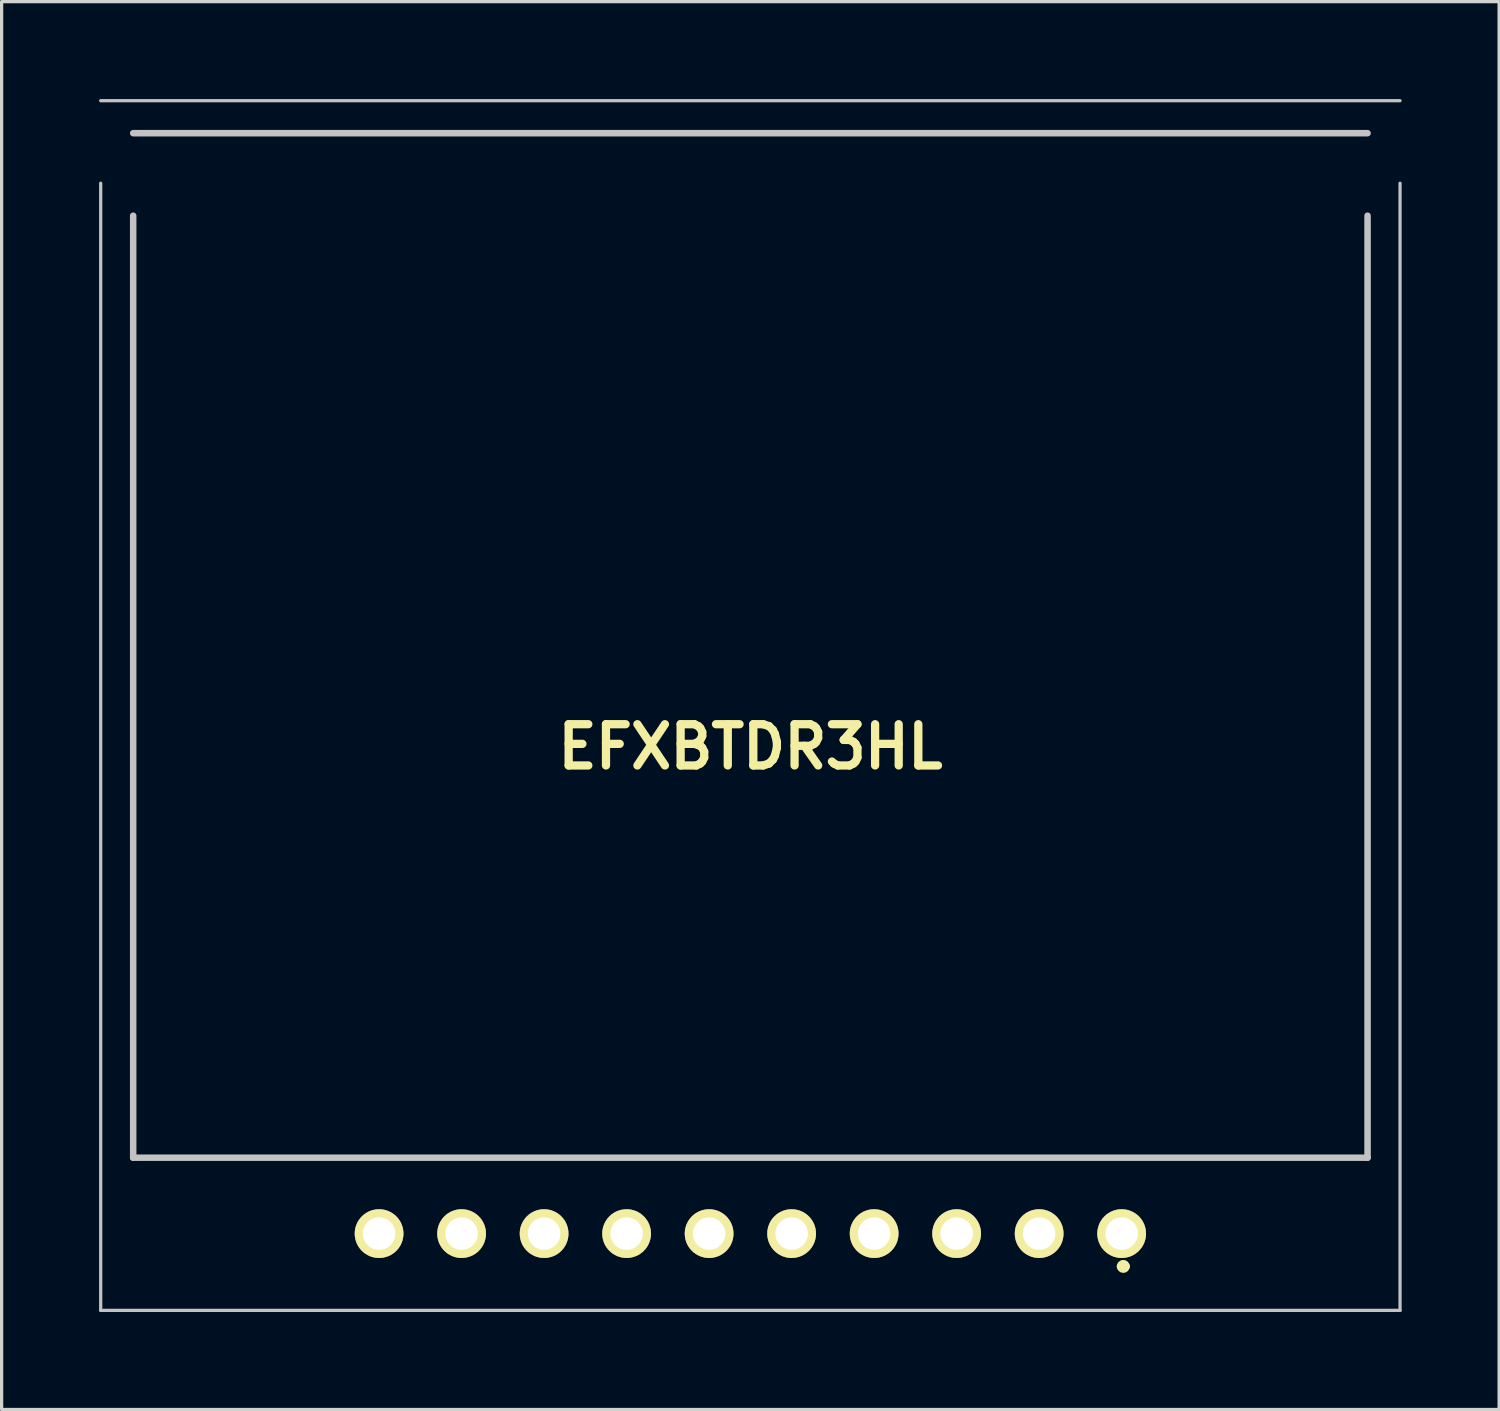
<source format=kicad_pcb>
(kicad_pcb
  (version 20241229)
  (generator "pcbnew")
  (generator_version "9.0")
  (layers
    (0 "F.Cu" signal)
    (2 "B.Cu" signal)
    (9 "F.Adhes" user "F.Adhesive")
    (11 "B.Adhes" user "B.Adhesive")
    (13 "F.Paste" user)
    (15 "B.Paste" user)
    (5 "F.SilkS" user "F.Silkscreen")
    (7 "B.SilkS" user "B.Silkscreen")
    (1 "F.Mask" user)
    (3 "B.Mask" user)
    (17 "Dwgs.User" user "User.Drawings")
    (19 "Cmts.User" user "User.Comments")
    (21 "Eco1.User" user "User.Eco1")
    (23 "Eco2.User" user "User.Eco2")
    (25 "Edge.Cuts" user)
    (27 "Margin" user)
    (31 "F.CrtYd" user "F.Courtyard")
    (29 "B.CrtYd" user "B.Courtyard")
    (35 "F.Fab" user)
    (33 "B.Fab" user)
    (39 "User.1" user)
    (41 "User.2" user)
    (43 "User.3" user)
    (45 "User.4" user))
  (footprint "EFXBTDR3HL"
    (layer "F.Cu")
    (at 31.48 34.926)
    (property "Reference" "EFXBTDR3HL" (at -11.43 -14.986 0) (layer "F.SilkS") (effects (font (size 1.27 1.27) (thickness 0.254))))
    (attr through_hole)
    (fp_line (start -30.43 -33.876) (end 7.57 -33.876) (stroke (width 0.1) (type solid)) (layer "F.SilkS"))
    (fp_line (start -30.43 -2.336) (end -30.43 -31.336) (stroke (width 0.1) (type solid)) (layer "F.SilkS"))
    (fp_line (start -0.05 1.01) (end -0.05 1.01) (stroke (width 0.2) (type solid)) (layer "F.SilkS"))
    (fp_line (start 0.15 1.01) (end 0.15 1.01) (stroke (width 0.2) (type solid)) (layer "F.SilkS"))
    (fp_line (start 7.57 -31.336) (end 7.57 -2.336) (stroke (width 0.1) (type solid)) (layer "F.SilkS"))
    (fp_line (start 7.57 -2.336) (end -30.43 -2.336) (stroke (width 0.1) (type solid)) (layer "F.SilkS"))
    (fp_arc (start -0.05 1.01) (mid 0.05 0.91) (end 0.15 1.01) (stroke (width 0.2) (type solid)) (layer "F.SilkS"))
    (fp_arc (start 0.15 1.01) (mid 0.05 1.11) (end -0.05 1.01) (stroke (width 0.2) (type solid)) (layer "F.SilkS"))
    (fp_line (start -31.43 -34.876) (end 8.57 -34.876) (stroke (width 0.1) (type solid)) (layer "Dwgs.User"))
    (fp_line (start -31.43 2.364) (end -31.43 -32.336) (stroke (width 0.1) (type solid)) (layer "Dwgs.User"))
    (fp_line (start -30.43 -33.876) (end 7.57 -33.876) (stroke (width 0.2) (type solid)) (layer "Dwgs.User"))
    (fp_line (start -30.43 -2.336) (end -30.43 -31.336) (stroke (width 0.2) (type solid)) (layer "Dwgs.User"))
    (fp_line (start 7.57 -31.336) (end 7.57 -2.336) (stroke (width 0.2) (type solid)) (layer "Dwgs.User"))
    (fp_line (start 7.57 -2.336) (end -30.43 -2.336) (stroke (width 0.2) (type solid)) (layer "Dwgs.User"))
    (fp_line (start 8.57 -32.336) (end 8.57 2.364) (stroke (width 0.1) (type solid)) (layer "Dwgs.User"))
    (fp_line (start 8.57 2.364) (end -31.43 2.364) (stroke (width 0.1) (type solid)) (layer "Dwgs.User"))
    (pad "1" thru_hole circle (at 0 0 90) (size 1.5 1.5) (drill 1) (layers "*.Cu" "*.Mask" "F.SilkS"))
    (pad "2" thru_hole circle (at -2.54 0 90) (size 1.5 1.5) (drill 1) (layers "*.Cu" "*.Mask" "F.SilkS"))
    (pad "3" thru_hole circle (at -5.08 0 90) (size 1.5 1.5) (drill 1) (layers "*.Cu" "*.Mask" "F.SilkS"))
    (pad "4" thru_hole circle (at -7.62 0 90) (size 1.5 1.5) (drill 1) (layers "*.Cu" "*.Mask" "F.SilkS"))
    (pad "5" thru_hole circle (at -10.16 0 90) (size 1.5 1.5) (drill 1) (layers "*.Cu" "*.Mask" "F.SilkS"))
    (pad "6" thru_hole circle (at -12.7 0 90) (size 1.5 1.5) (drill 1) (layers "*.Cu" "*.Mask" "F.SilkS"))
    (pad "7" thru_hole circle (at -15.24 0 90) (size 1.5 1.5) (drill 1) (layers "*.Cu" "*.Mask" "F.SilkS"))
    (pad "8" thru_hole circle (at -17.78 0 90) (size 1.5 1.5) (drill 1) (layers "*.Cu" "*.Mask" "F.SilkS"))
    (pad "9" thru_hole circle (at -20.32 0 90) (size 1.5 1.5) (drill 1) (layers "*.Cu" "*.Mask" "F.SilkS"))
    (pad "10" thru_hole circle (at -22.86 0 90) (size 1.5 1.5) (drill 1) (layers "*.Cu" "*.Mask" "F.SilkS")))
  (gr_rect
    (start -3 -3)
    (end 43.1 40.34)
    (stroke (width 0.1) (type default))
    (fill no)
    (layer "Edge.Cuts")))
</source>
